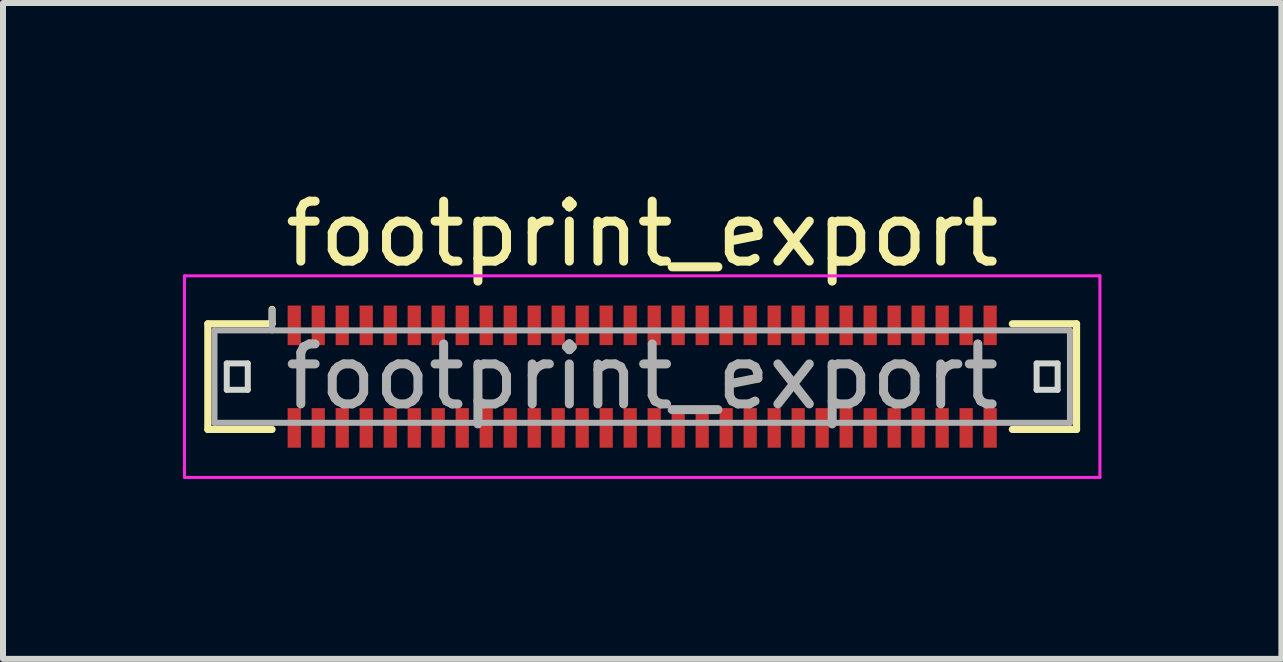
<source format=kicad_pcb>
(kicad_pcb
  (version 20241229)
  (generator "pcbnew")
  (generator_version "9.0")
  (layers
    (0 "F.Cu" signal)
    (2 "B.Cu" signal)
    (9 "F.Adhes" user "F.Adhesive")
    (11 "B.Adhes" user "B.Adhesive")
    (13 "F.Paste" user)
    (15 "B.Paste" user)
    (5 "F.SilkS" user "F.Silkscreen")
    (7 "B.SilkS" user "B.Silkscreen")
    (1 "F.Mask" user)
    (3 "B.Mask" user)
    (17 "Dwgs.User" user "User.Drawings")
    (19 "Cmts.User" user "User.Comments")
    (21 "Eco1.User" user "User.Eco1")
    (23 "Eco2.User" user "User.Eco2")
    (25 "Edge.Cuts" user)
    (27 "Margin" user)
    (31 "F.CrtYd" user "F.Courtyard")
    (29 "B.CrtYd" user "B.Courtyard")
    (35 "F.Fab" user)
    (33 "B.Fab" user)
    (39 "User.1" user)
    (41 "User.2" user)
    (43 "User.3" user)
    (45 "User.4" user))
  (footprint "footprint_export"
    (layer "F.Cu")
    (at 7.655 3.228)
    (property "Reference" "footprint_export" (at 0 -2.38 0) (layer "F.SilkS") (effects (font (size 1 1) (thickness 0.15))))
    (attr smd)
    (fp_line (start -7.24 -0.88) (end -6.17 -0.88) (stroke (width 0.12) (type solid)) (layer "F.SilkS"))
    (fp_line (start -7.24 0.88) (end -7.24 -0.88) (stroke (width 0.12) (type solid)) (layer "F.SilkS"))
    (fp_line (start -6.17 -0.88) (end -6.17 -1.12) (stroke (width 0.12) (type solid)) (layer "F.SilkS"))
    (fp_line (start -6.17 0.88) (end -7.24 0.88) (stroke (width 0.12) (type solid)) (layer "F.SilkS"))
    (fp_line (start 6.17 0.88) (end 7.24 0.88) (stroke (width 0.12) (type solid)) (layer "F.SilkS"))
    (fp_line (start 7.24 -0.88) (end 6.17 -0.88) (stroke (width 0.12) (type solid)) (layer "F.SilkS"))
    (fp_line (start 7.24 0.88) (end 7.24 -0.88) (stroke (width 0.12) (type solid)) (layer "F.SilkS"))
    (fp_line (start -6.925 -0.22) (end -6.925 0.22) (stroke (width 0.1) (type solid)) (layer "Edge.Cuts"))
    (fp_line (start -6.925 0.22) (end -6.575 0.22) (stroke (width 0.1) (type solid)) (layer "Edge.Cuts"))
    (fp_line (start -6.575 -0.22) (end -6.925 -0.22) (stroke (width 0.1) (type solid)) (layer "Edge.Cuts"))
    (fp_line (start -6.575 0.22) (end -6.575 -0.22) (stroke (width 0.1) (type solid)) (layer "Edge.Cuts"))
    (fp_line (start 6.575 -0.22) (end 6.575 0.22) (stroke (width 0.1) (type solid)) (layer "Edge.Cuts"))
    (fp_line (start 6.575 0.22) (end 6.925 0.22) (stroke (width 0.1) (type solid)) (layer "Edge.Cuts"))
    (fp_line (start 6.925 -0.22) (end 6.575 -0.22) (stroke (width 0.1) (type solid)) (layer "Edge.Cuts"))
    (fp_line (start 6.925 0.22) (end 6.925 -0.22) (stroke (width 0.1) (type solid)) (layer "Edge.Cuts"))
    (fp_line (start -7.63 -1.68) (end -7.63 1.68) (stroke (width 0.05) (type solid)) (layer "F.CrtYd"))
    (fp_line (start -7.63 1.68) (end 7.63 1.68) (stroke (width 0.05) (type solid)) (layer "F.CrtYd"))
    (fp_line (start 7.63 -1.68) (end -7.63 -1.68) (stroke (width 0.05) (type solid)) (layer "F.CrtYd"))
    (fp_line (start 7.63 1.68) (end 7.63 -1.68) (stroke (width 0.05) (type solid)) (layer "F.CrtYd"))
    (fp_line (start -7.13 -0.77) (end -7.13 0.77) (stroke (width 0.1) (type solid)) (layer "F.Fab"))
    (fp_line (start -7.13 0.77) (end 7.13 0.77) (stroke (width 0.1) (type solid)) (layer "F.Fab"))
    (fp_line (start -6.17 -0.77) (end -6.17 -1.12) (stroke (width 0.1) (type solid)) (layer "F.Fab"))
    (fp_line (start 7.13 -0.77) (end -7.13 -0.77) (stroke (width 0.1) (type solid)) (layer "F.Fab"))
    (fp_line (start 7.13 0.77) (end 7.13 -0.77) (stroke (width 0.1) (type solid)) (layer "F.Fab"))
    (fp_text user "${REFERENCE}" (at 0 0 0) (layer "F.Fab") (effects (font (size 1 1) (thickness 0.15))))
    (pad "1" smd rect (at -5.8 -0.855) (size 0.22 0.66) (layers "F.Cu" "F.Mask" "F.Paste"))
    (pad "2" smd rect (at -5.8 0.855) (size 0.22 0.66) (layers "F.Cu" "F.Mask" "F.Paste"))
    (pad "3" smd rect (at -5.4 -0.855) (size 0.22 0.66) (layers "F.Cu" "F.Mask" "F.Paste"))
    (pad "4" smd rect (at -5.4 0.855) (size 0.22 0.66) (layers "F.Cu" "F.Mask" "F.Paste"))
    (pad "5" smd rect (at -5 -0.855) (size 0.22 0.66) (layers "F.Cu" "F.Mask" "F.Paste"))
    (pad "6" smd rect (at -5 0.855) (size 0.22 0.66) (layers "F.Cu" "F.Mask" "F.Paste"))
    (pad "7" smd rect (at -4.6 -0.855) (size 0.22 0.66) (layers "F.Cu" "F.Mask" "F.Paste"))
    (pad "8" smd rect (at -4.6 0.855) (size 0.22 0.66) (layers "F.Cu" "F.Mask" "F.Paste"))
    (pad "9" smd rect (at -4.2 -0.855) (size 0.22 0.66) (layers "F.Cu" "F.Mask" "F.Paste"))
    (pad "10" smd rect (at -4.2 0.855) (size 0.22 0.66) (layers "F.Cu" "F.Mask" "F.Paste"))
    (pad "11" smd rect (at -3.8 -0.855) (size 0.22 0.66) (layers "F.Cu" "F.Mask" "F.Paste"))
    (pad "12" smd rect (at -3.8 0.855) (size 0.22 0.66) (layers "F.Cu" "F.Mask" "F.Paste"))
    (pad "13" smd rect (at -3.4 -0.855) (size 0.22 0.66) (layers "F.Cu" "F.Mask" "F.Paste"))
    (pad "14" smd rect (at -3.4 0.855) (size 0.22 0.66) (layers "F.Cu" "F.Mask" "F.Paste"))
    (pad "15" smd rect (at -3 -0.855) (size 0.22 0.66) (layers "F.Cu" "F.Mask" "F.Paste"))
    (pad "16" smd rect (at -3 0.855) (size 0.22 0.66) (layers "F.Cu" "F.Mask" "F.Paste"))
    (pad "17" smd rect (at -2.6 -0.855) (size 0.22 0.66) (layers "F.Cu" "F.Mask" "F.Paste"))
    (pad "18" smd rect (at -2.6 0.855) (size 0.22 0.66) (layers "F.Cu" "F.Mask" "F.Paste"))
    (pad "19" smd rect (at -2.2 -0.855) (size 0.22 0.66) (layers "F.Cu" "F.Mask" "F.Paste"))
    (pad "20" smd rect (at -2.2 0.855) (size 0.22 0.66) (layers "F.Cu" "F.Mask" "F.Paste"))
    (pad "21" smd rect (at -1.8 -0.855) (size 0.22 0.66) (layers "F.Cu" "F.Mask" "F.Paste"))
    (pad "22" smd rect (at -1.8 0.855) (size 0.22 0.66) (layers "F.Cu" "F.Mask" "F.Paste"))
    (pad "23" smd rect (at -1.4 -0.855) (size 0.22 0.66) (layers "F.Cu" "F.Mask" "F.Paste"))
    (pad "24" smd rect (at -1.4 0.855) (size 0.22 0.66) (layers "F.Cu" "F.Mask" "F.Paste"))
    (pad "25" smd rect (at -1 -0.855) (size 0.22 0.66) (layers "F.Cu" "F.Mask" "F.Paste"))
    (pad "26" smd rect (at -1 0.855) (size 0.22 0.66) (layers "F.Cu" "F.Mask" "F.Paste"))
    (pad "27" smd rect (at -0.6 -0.855) (size 0.22 0.66) (layers "F.Cu" "F.Mask" "F.Paste"))
    (pad "28" smd rect (at -0.6 0.855) (size 0.22 0.66) (layers "F.Cu" "F.Mask" "F.Paste"))
    (pad "29" smd rect (at -0.2 -0.855) (size 0.22 0.66) (layers "F.Cu" "F.Mask" "F.Paste"))
    (pad "30" smd rect (at -0.2 0.855) (size 0.22 0.66) (layers "F.Cu" "F.Mask" "F.Paste"))
    (pad "31" smd rect (at 0.2 -0.855) (size 0.22 0.66) (layers "F.Cu" "F.Mask" "F.Paste"))
    (pad "32" smd rect (at 0.2 0.855) (size 0.22 0.66) (layers "F.Cu" "F.Mask" "F.Paste"))
    (pad "33" smd rect (at 0.6 -0.855) (size 0.22 0.66) (layers "F.Cu" "F.Mask" "F.Paste"))
    (pad "34" smd rect (at 0.6 0.855) (size 0.22 0.66) (layers "F.Cu" "F.Mask" "F.Paste"))
    (pad "35" smd rect (at 1 -0.855) (size 0.22 0.66) (layers "F.Cu" "F.Mask" "F.Paste"))
    (pad "36" smd rect (at 1 0.855) (size 0.22 0.66) (layers "F.Cu" "F.Mask" "F.Paste"))
    (pad "37" smd rect (at 1.4 -0.855) (size 0.22 0.66) (layers "F.Cu" "F.Mask" "F.Paste"))
    (pad "38" smd rect (at 1.4 0.855) (size 0.22 0.66) (layers "F.Cu" "F.Mask" "F.Paste"))
    (pad "39" smd rect (at 1.8 -0.855) (size 0.22 0.66) (layers "F.Cu" "F.Mask" "F.Paste"))
    (pad "40" smd rect (at 1.8 0.855) (size 0.22 0.66) (layers "F.Cu" "F.Mask" "F.Paste"))
    (pad "41" smd rect (at 2.2 -0.855) (size 0.22 0.66) (layers "F.Cu" "F.Mask" "F.Paste"))
    (pad "42" smd rect (at 2.2 0.855) (size 0.22 0.66) (layers "F.Cu" "F.Mask" "F.Paste"))
    (pad "43" smd rect (at 2.6 -0.855) (size 0.22 0.66) (layers "F.Cu" "F.Mask" "F.Paste"))
    (pad "44" smd rect (at 2.6 0.855) (size 0.22 0.66) (layers "F.Cu" "F.Mask" "F.Paste"))
    (pad "45" smd rect (at 3 -0.855) (size 0.22 0.66) (layers "F.Cu" "F.Mask" "F.Paste"))
    (pad "46" smd rect (at 3 0.855) (size 0.22 0.66) (layers "F.Cu" "F.Mask" "F.Paste"))
    (pad "47" smd rect (at 3.4 -0.855) (size 0.22 0.66) (layers "F.Cu" "F.Mask" "F.Paste"))
    (pad "48" smd rect (at 3.4 0.855) (size 0.22 0.66) (layers "F.Cu" "F.Mask" "F.Paste"))
    (pad "49" smd rect (at 3.8 -0.855) (size 0.22 0.66) (layers "F.Cu" "F.Mask" "F.Paste"))
    (pad "50" smd rect (at 3.8 0.855) (size 0.22 0.66) (layers "F.Cu" "F.Mask" "F.Paste"))
    (pad "51" smd rect (at 4.2 -0.855) (size 0.22 0.66) (layers "F.Cu" "F.Mask" "F.Paste"))
    (pad "52" smd rect (at 4.2 0.855) (size 0.22 0.66) (layers "F.Cu" "F.Mask" "F.Paste"))
    (pad "53" smd rect (at 4.6 -0.855) (size 0.22 0.66) (layers "F.Cu" "F.Mask" "F.Paste"))
    (pad "54" smd rect (at 4.6 0.855) (size 0.22 0.66) (layers "F.Cu" "F.Mask" "F.Paste"))
    (pad "55" smd rect (at 5 -0.855) (size 0.22 0.66) (layers "F.Cu" "F.Mask" "F.Paste"))
    (pad "56" smd rect (at 5 0.855) (size 0.22 0.66) (layers "F.Cu" "F.Mask" "F.Paste"))
    (pad "57" smd rect (at 5.4 -0.855) (size 0.22 0.66) (layers "F.Cu" "F.Mask" "F.Paste"))
    (pad "58" smd rect (at 5.4 0.855) (size 0.22 0.66) (layers "F.Cu" "F.Mask" "F.Paste"))
    (pad "59" smd rect (at 5.8 -0.855) (size 0.22 0.66) (layers "F.Cu" "F.Mask" "F.Paste"))
    (pad "60" smd rect (at 5.8 0.855) (size 0.22 0.66) (layers "F.Cu" "F.Mask" "F.Paste")))
  (gr_rect
    (start -3 -3)
    (end 18.31 7.933)
    (stroke (width 0.1) (type default))
    (fill no)
    (layer "Edge.Cuts")))
</source>
